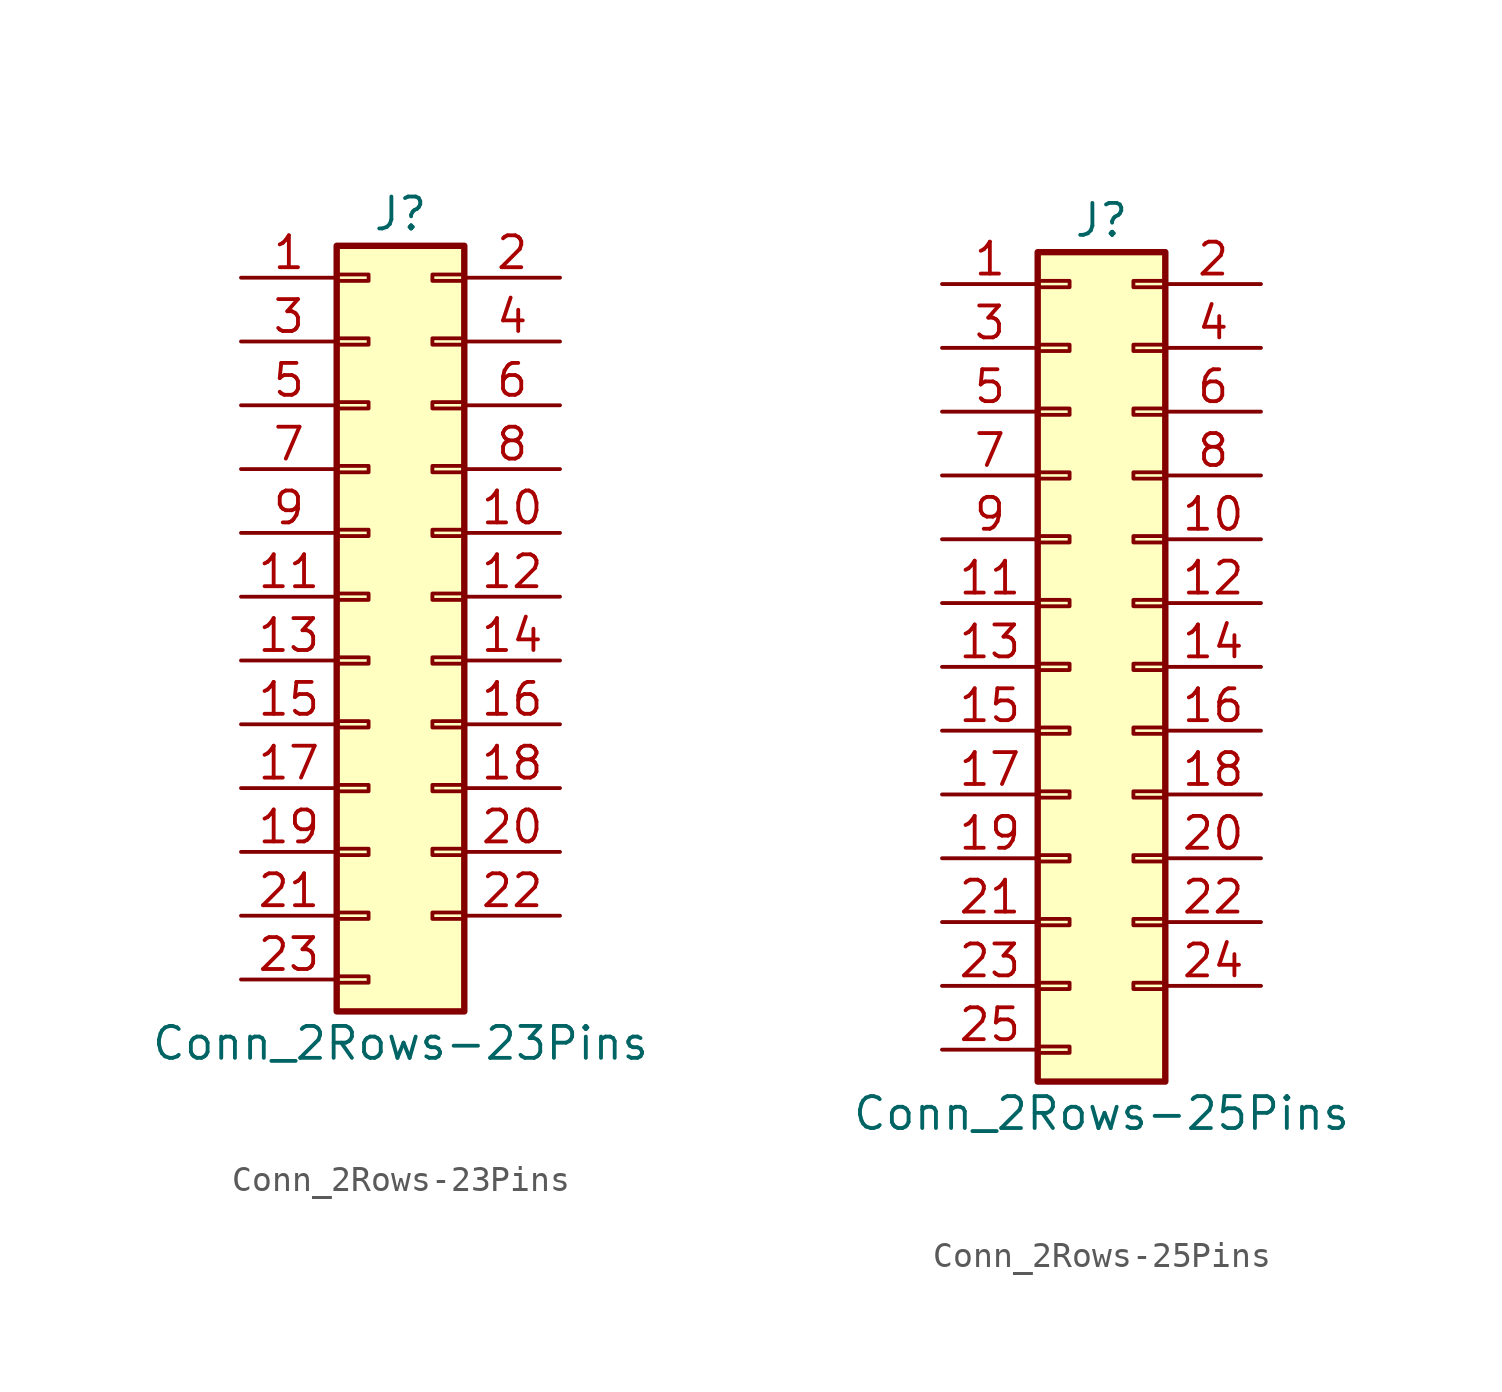
<source format=kicad_sym>
(kicad_symbol_lib
  (version 20200908)
  (generator kicad_symbol_editor)
  (symbol "Connector_Generic:Conn_2Rows-23Pins"
    (pin_names
      (offset 1.016) hide)
    (property "Reference" "J"
      (at 1.27 15.24 0)
      (effects (font (size 1.27 1.27))))
    (property "Value" "Conn_2Rows-23Pins"
      (at 1.27 -17.78 0)
      (effects (font (size 1.27 1.27))))
    (symbol "Conn_2Rows-23Pins_1_1"
      (rectangle (start -1.27 -4.953) (end 0 -5.207) (stroke (width 0.152)) (fill (type none)))
      (rectangle (start -1.27 -7.493) (end 0 -7.747) (stroke (width 0.152)) (fill (type none)))
      (rectangle (start -1.27 -10.033) (end 0 -10.287) (stroke (width 0.152)) (fill (type none)))
      (rectangle (start -1.27 -12.573) (end 0 -12.827) (stroke (width 0.152)) (fill (type none)))
      (rectangle (start -1.27 -15.113) (end 0 -15.367) (stroke (width 0.152)) (fill (type none)))
      (rectangle (start -1.27 -2.413) (end 0 -2.667) (stroke (width 0.152)) (fill (type none)))
      (rectangle (start -1.27 2.667) (end 0 2.413) (stroke (width 0.152)) (fill (type none)))
      (rectangle (start -1.27 5.207) (end 0 4.953) (stroke (width 0.152)) (fill (type none)))
      (rectangle (start -1.27 7.747) (end 0 7.493) (stroke (width 0.152)) (fill (type none)))
      (rectangle (start -1.27 10.287) (end 0 10.033) (stroke (width 0.152)) (fill (type none)))
      (rectangle (start -1.27 0.127) (end 0 -0.127) (stroke (width 0.152)) (fill (type none)))
      (rectangle (start -1.27 12.827) (end 0 12.573) (stroke (width 0.152)) (fill (type none)))
      (rectangle (start -1.27 13.97) (end 3.81 -16.51) (stroke (width 0.254)) (fill (type background)))
      (rectangle (start 3.81 -4.953) (end 2.54 -5.207) (stroke (width 0.152)) (fill (type none)))
      (rectangle (start 3.81 -7.493) (end 2.54 -7.747) (stroke (width 0.152)) (fill (type none)))
      (rectangle (start 3.81 -10.033) (end 2.54 -10.287) (stroke (width 0.152)) (fill (type none)))
      (rectangle (start 3.81 -12.573) (end 2.54 -12.827) (stroke (width 0.152)) (fill (type none)))
      (rectangle (start 3.81 -2.413) (end 2.54 -2.667) (stroke (width 0.152)) (fill (type none)))
      (rectangle (start 3.81 2.667) (end 2.54 2.413) (stroke (width 0.152)) (fill (type none)))
      (rectangle (start 3.81 5.207) (end 2.54 4.953) (stroke (width 0.152)) (fill (type none)))
      (rectangle (start 3.81 7.747) (end 2.54 7.493) (stroke (width 0.152)) (fill (type none)))
      (rectangle (start 3.81 10.287) (end 2.54 10.033) (stroke (width 0.152)) (fill (type none)))
      (rectangle (start 3.81 0.127) (end 2.54 -0.127) (stroke (width 0.152)) (fill (type none)))
      (rectangle (start 3.81 12.827) (end 2.54 12.573) (stroke (width 0.152)) (fill (type none)))
      (pin passive line (at -5.08 12.7 0) (length 3.81) (name "Pin_1" (effects (font (size 1.27 1.27)))) (number "1" (effects (font (size 1.27 1.27)))))
      (pin passive line (at 7.62 2.54 180) (length 3.81) (name "Pin_10" (effects (font (size 1.27 1.27)))) (number "10" (effects (font (size 1.27 1.27)))))
      (pin passive line (at -5.08 0 0) (length 3.81) (name "Pin_11" (effects (font (size 1.27 1.27)))) (number "11" (effects (font (size 1.27 1.27)))))
      (pin passive line (at 7.62 0 180) (length 3.81) (name "Pin_12" (effects (font (size 1.27 1.27)))) (number "12" (effects (font (size 1.27 1.27)))))
      (pin passive line (at -5.08 -2.54 0) (length 3.81) (name "Pin_13" (effects (font (size 1.27 1.27)))) (number "13" (effects (font (size 1.27 1.27)))))
      (pin passive line (at 7.62 -2.54 180) (length 3.81) (name "Pin_14" (effects (font (size 1.27 1.27)))) (number "14" (effects (font (size 1.27 1.27)))))
      (pin passive line (at -5.08 -5.08 0) (length 3.81) (name "Pin_15" (effects (font (size 1.27 1.27)))) (number "15" (effects (font (size 1.27 1.27)))))
      (pin passive line (at 7.62 -5.08 180) (length 3.81) (name "Pin_16" (effects (font (size 1.27 1.27)))) (number "16" (effects (font (size 1.27 1.27)))))
      (pin passive line (at -5.08 -7.62 0) (length 3.81) (name "Pin_17" (effects (font (size 1.27 1.27)))) (number "17" (effects (font (size 1.27 1.27)))))
      (pin passive line (at 7.62 -7.62 180) (length 3.81) (name "Pin_18" (effects (font (size 1.27 1.27)))) (number "18" (effects (font (size 1.27 1.27)))))
      (pin passive line (at -5.08 -10.16 0) (length 3.81) (name "Pin_19" (effects (font (size 1.27 1.27)))) (number "19" (effects (font (size 1.27 1.27)))))
      (pin passive line (at 7.62 12.7 180) (length 3.81) (name "Pin_2" (effects (font (size 1.27 1.27)))) (number "2" (effects (font (size 1.27 1.27)))))
      (pin passive line (at 7.62 -10.16 180) (length 3.81) (name "Pin_20" (effects (font (size 1.27 1.27)))) (number "20" (effects (font (size 1.27 1.27)))))
      (pin passive line (at -5.08 -12.7 0) (length 3.81) (name "Pin_21" (effects (font (size 1.27 1.27)))) (number "21" (effects (font (size 1.27 1.27)))))
      (pin passive line (at 7.62 -12.7 180) (length 3.81) (name "Pin_22" (effects (font (size 1.27 1.27)))) (number "22" (effects (font (size 1.27 1.27)))))
      (pin passive line (at -5.08 -15.24 0) (length 3.81) (name "Pin_23" (effects (font (size 1.27 1.27)))) (number "23" (effects (font (size 1.27 1.27)))))
      (pin passive line (at -5.08 10.16 0) (length 3.81) (name "Pin_3" (effects (font (size 1.27 1.27)))) (number "3" (effects (font (size 1.27 1.27)))))
      (pin passive line (at 7.62 10.16 180) (length 3.81) (name "Pin_4" (effects (font (size 1.27 1.27)))) (number "4" (effects (font (size 1.27 1.27)))))
      (pin passive line (at -5.08 7.62 0) (length 3.81) (name "Pin_5" (effects (font (size 1.27 1.27)))) (number "5" (effects (font (size 1.27 1.27)))))
      (pin passive line (at 7.62 7.62 180) (length 3.81) (name "Pin_6" (effects (font (size 1.27 1.27)))) (number "6" (effects (font (size 1.27 1.27)))))
      (pin passive line (at -5.08 5.08 0) (length 3.81) (name "Pin_7" (effects (font (size 1.27 1.27)))) (number "7" (effects (font (size 1.27 1.27)))))
      (pin passive line (at 7.62 5.08 180) (length 3.81) (name "Pin_8" (effects (font (size 1.27 1.27)))) (number "8" (effects (font (size 1.27 1.27)))))
      (pin passive line (at -5.08 2.54 0) (length 3.81) (name "Pin_9" (effects (font (size 1.27 1.27)))) (number "9" (effects (font (size 1.27 1.27)))))))
  (symbol "Connector_Generic:Conn_2Rows-25Pins"
    (pin_names
      (offset 1.016) hide)
    (property "Reference" "J"
      (at 1.27 17.78 0)
      (effects (font (size 1.27 1.27))))
    (property "Value" "Conn_2Rows-25Pins"
      (at 1.27 -17.78 0)
      (effects (font (size 1.27 1.27))))
    (symbol "Conn_2Rows-25Pins_1_1"
      (rectangle (start -1.27 -4.953) (end 0 -5.207) (stroke (width 0.152)) (fill (type none)))
      (rectangle (start -1.27 -7.493) (end 0 -7.747) (stroke (width 0.152)) (fill (type none)))
      (rectangle (start -1.27 -10.033) (end 0 -10.287) (stroke (width 0.152)) (fill (type none)))
      (rectangle (start -1.27 -12.573) (end 0 -12.827) (stroke (width 0.152)) (fill (type none)))
      (rectangle (start -1.27 -15.113) (end 0 -15.367) (stroke (width 0.152)) (fill (type none)))
      (rectangle (start -1.27 -2.413) (end 0 -2.667) (stroke (width 0.152)) (fill (type none)))
      (rectangle (start -1.27 2.667) (end 0 2.413) (stroke (width 0.152)) (fill (type none)))
      (rectangle (start -1.27 5.207) (end 0 4.953) (stroke (width 0.152)) (fill (type none)))
      (rectangle (start -1.27 7.747) (end 0 7.493) (stroke (width 0.152)) (fill (type none)))
      (rectangle (start -1.27 10.287) (end 0 10.033) (stroke (width 0.152)) (fill (type none)))
      (rectangle (start -1.27 0.127) (end 0 -0.127) (stroke (width 0.152)) (fill (type none)))
      (rectangle (start -1.27 12.827) (end 0 12.573) (stroke (width 0.152)) (fill (type none)))
      (rectangle (start -1.27 15.367) (end 0 15.113) (stroke (width 0.152)) (fill (type none)))
      (rectangle (start -1.27 16.51) (end 3.81 -16.51) (stroke (width 0.254)) (fill (type background)))
      (rectangle (start 3.81 -4.953) (end 2.54 -5.207) (stroke (width 0.152)) (fill (type none)))
      (rectangle (start 3.81 -7.493) (end 2.54 -7.747) (stroke (width 0.152)) (fill (type none)))
      (rectangle (start 3.81 -10.033) (end 2.54 -10.287) (stroke (width 0.152)) (fill (type none)))
      (rectangle (start 3.81 -12.573) (end 2.54 -12.827) (stroke (width 0.152)) (fill (type none)))
      (rectangle (start 3.81 -2.413) (end 2.54 -2.667) (stroke (width 0.152)) (fill (type none)))
      (rectangle (start 3.81 2.667) (end 2.54 2.413) (stroke (width 0.152)) (fill (type none)))
      (rectangle (start 3.81 5.207) (end 2.54 4.953) (stroke (width 0.152)) (fill (type none)))
      (rectangle (start 3.81 7.747) (end 2.54 7.493) (stroke (width 0.152)) (fill (type none)))
      (rectangle (start 3.81 10.287) (end 2.54 10.033) (stroke (width 0.152)) (fill (type none)))
      (rectangle (start 3.81 0.127) (end 2.54 -0.127) (stroke (width 0.152)) (fill (type none)))
      (rectangle (start 3.81 12.827) (end 2.54 12.573) (stroke (width 0.152)) (fill (type none)))
      (rectangle (start 3.81 15.367) (end 2.54 15.113) (stroke (width 0.152)) (fill (type none)))
      (pin passive line (at -5.08 15.24 0) (length 3.81) (name "Pin_1" (effects (font (size 1.27 1.27)))) (number "1" (effects (font (size 1.27 1.27)))))
      (pin passive line (at 7.62 5.08 180) (length 3.81) (name "Pin_10" (effects (font (size 1.27 1.27)))) (number "10" (effects (font (size 1.27 1.27)))))
      (pin passive line (at -5.08 2.54 0) (length 3.81) (name "Pin_11" (effects (font (size 1.27 1.27)))) (number "11" (effects (font (size 1.27 1.27)))))
      (pin passive line (at 7.62 2.54 180) (length 3.81) (name "Pin_12" (effects (font (size 1.27 1.27)))) (number "12" (effects (font (size 1.27 1.27)))))
      (pin passive line (at -5.08 0 0) (length 3.81) (name "Pin_13" (effects (font (size 1.27 1.27)))) (number "13" (effects (font (size 1.27 1.27)))))
      (pin passive line (at 7.62 0 180) (length 3.81) (name "Pin_14" (effects (font (size 1.27 1.27)))) (number "14" (effects (font (size 1.27 1.27)))))
      (pin passive line (at -5.08 -2.54 0) (length 3.81) (name "Pin_15" (effects (font (size 1.27 1.27)))) (number "15" (effects (font (size 1.27 1.27)))))
      (pin passive line (at 7.62 -2.54 180) (length 3.81) (name "Pin_16" (effects (font (size 1.27 1.27)))) (number "16" (effects (font (size 1.27 1.27)))))
      (pin passive line (at -5.08 -5.08 0) (length 3.81) (name "Pin_17" (effects (font (size 1.27 1.27)))) (number "17" (effects (font (size 1.27 1.27)))))
      (pin passive line (at 7.62 -5.08 180) (length 3.81) (name "Pin_18" (effects (font (size 1.27 1.27)))) (number "18" (effects (font (size 1.27 1.27)))))
      (pin passive line (at -5.08 -7.62 0) (length 3.81) (name "Pin_19" (effects (font (size 1.27 1.27)))) (number "19" (effects (font (size 1.27 1.27)))))
      (pin passive line (at 7.62 15.24 180) (length 3.81) (name "Pin_2" (effects (font (size 1.27 1.27)))) (number "2" (effects (font (size 1.27 1.27)))))
      (pin passive line (at 7.62 -7.62 180) (length 3.81) (name "Pin_20" (effects (font (size 1.27 1.27)))) (number "20" (effects (font (size 1.27 1.27)))))
      (pin passive line (at -5.08 -10.16 0) (length 3.81) (name "Pin_21" (effects (font (size 1.27 1.27)))) (number "21" (effects (font (size 1.27 1.27)))))
      (pin passive line (at 7.62 -10.16 180) (length 3.81) (name "Pin_22" (effects (font (size 1.27 1.27)))) (number "22" (effects (font (size 1.27 1.27)))))
      (pin passive line (at -5.08 -12.7 0) (length 3.81) (name "Pin_23" (effects (font (size 1.27 1.27)))) (number "23" (effects (font (size 1.27 1.27)))))
      (pin passive line (at 7.62 -12.7 180) (length 3.81) (name "Pin_24" (effects (font (size 1.27 1.27)))) (number "24" (effects (font (size 1.27 1.27)))))
      (pin passive line (at -5.08 -15.24 0) (length 3.81) (name "Pin_25" (effects (font (size 1.27 1.27)))) (number "25" (effects (font (size 1.27 1.27)))))
      (pin passive line (at -5.08 12.7 0) (length 3.81) (name "Pin_3" (effects (font (size 1.27 1.27)))) (number "3" (effects (font (size 1.27 1.27)))))
      (pin passive line (at 7.62 12.7 180) (length 3.81) (name "Pin_4" (effects (font (size 1.27 1.27)))) (number "4" (effects (font (size 1.27 1.27)))))
      (pin passive line (at -5.08 10.16 0) (length 3.81) (name "Pin_5" (effects (font (size 1.27 1.27)))) (number "5" (effects (font (size 1.27 1.27)))))
      (pin passive line (at 7.62 10.16 180) (length 3.81) (name "Pin_6" (effects (font (size 1.27 1.27)))) (number "6" (effects (font (size 1.27 1.27)))))
      (pin passive line (at -5.08 7.62 0) (length 3.81) (name "Pin_7" (effects (font (size 1.27 1.27)))) (number "7" (effects (font (size 1.27 1.27)))))
      (pin passive line (at 7.62 7.62 180) (length 3.81) (name "Pin_8" (effects (font (size 1.27 1.27)))) (number "8" (effects (font (size 1.27 1.27)))))
      (pin passive line (at -5.08 5.08 0) (length 3.81) (name "Pin_9" (effects (font (size 1.27 1.27)))) (number "9" (effects (font (size 1.27 1.27))))))))
</source>
